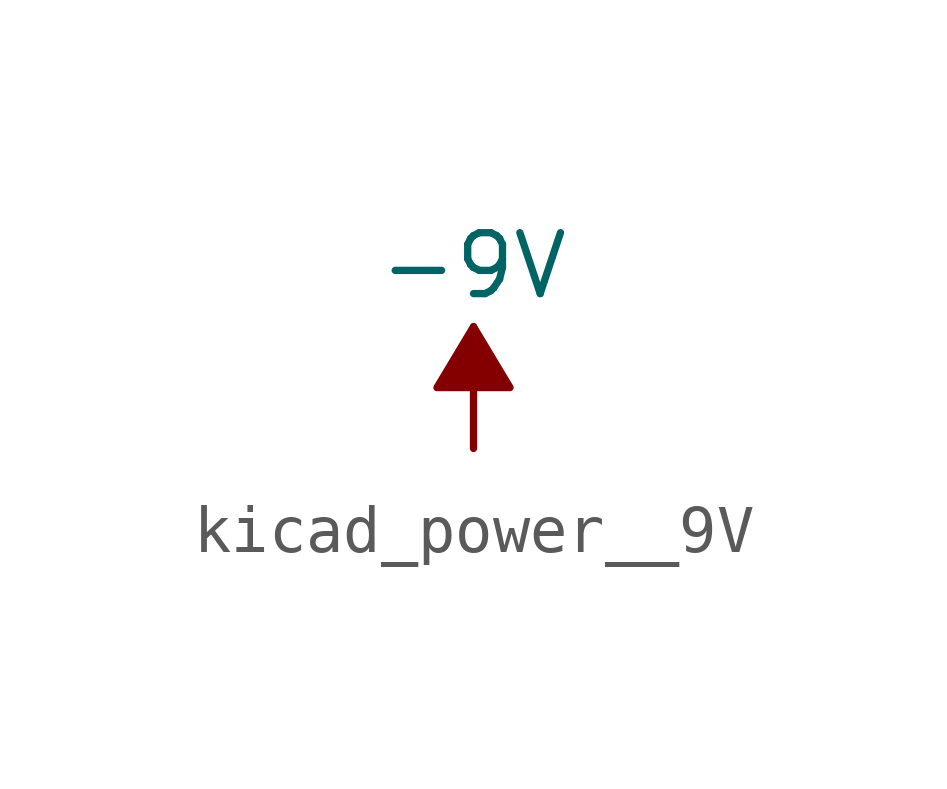
<source format=kicad_sym>
(kicad_symbol_lib
  (version 20220914)
  (generator kicad_symbol_editor)
  (symbol "kicad_power__9V"
    (power)
    (pin_names
      (offset 0))
    (property "Reference" "#PWR"
      (at 0 -3.175 0)
      (effects (font (size 1.27 1.27)) hide))
    (property "Value" "-9V"
      (at 0 3.81 0)
      (effects (font (size 1.27 1.27))))
    (symbol "kicad_power__9V_0_1"
      (polyline (pts (xy 0 0) (xy 0 2.54)) (stroke (width 0) (type default)) (fill (type none)))
      (polyline (pts (xy 0.762 1.27) (xy -0.762 1.27) (xy 0 2.54) (xy 0.762 1.27)) (stroke (width 0) (type default)) (fill (type outline))))
    (symbol "kicad_power__9V_1_1"
      (pin power_in line (at 0 0 90) (length 0) hide (name "-9V" (effects (font (size 1.27 1.27)))) (number "1" (effects (font (size 1.27 1.27))))))))
</source>
